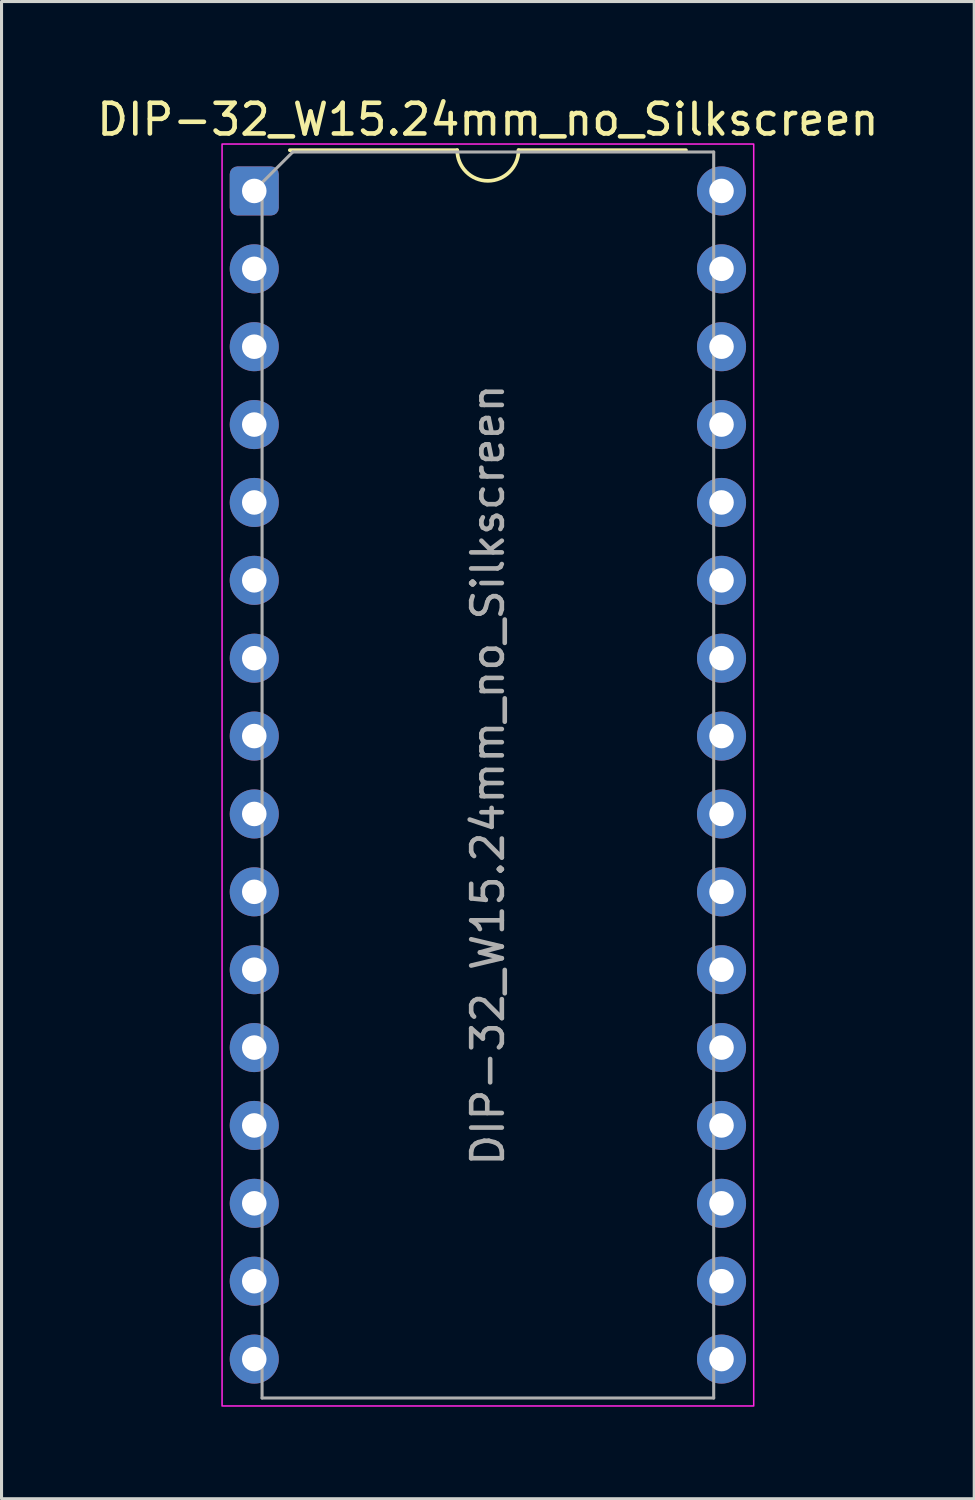
<source format=kicad_pcb>
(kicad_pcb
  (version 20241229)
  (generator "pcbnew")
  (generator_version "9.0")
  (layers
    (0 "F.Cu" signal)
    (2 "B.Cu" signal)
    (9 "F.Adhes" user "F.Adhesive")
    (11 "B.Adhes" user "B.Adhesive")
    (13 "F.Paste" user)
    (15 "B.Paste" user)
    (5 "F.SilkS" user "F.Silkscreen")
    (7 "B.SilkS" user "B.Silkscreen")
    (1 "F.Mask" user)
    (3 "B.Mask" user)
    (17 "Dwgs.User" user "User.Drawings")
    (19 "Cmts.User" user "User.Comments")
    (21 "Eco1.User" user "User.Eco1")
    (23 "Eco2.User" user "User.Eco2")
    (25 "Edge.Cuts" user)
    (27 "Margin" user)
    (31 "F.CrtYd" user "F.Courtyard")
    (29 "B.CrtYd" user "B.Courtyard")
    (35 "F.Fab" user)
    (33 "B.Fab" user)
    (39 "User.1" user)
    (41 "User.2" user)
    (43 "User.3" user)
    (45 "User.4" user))
  (footprint "DIP-32_W15.24mm_no_Silkscreen"
    (layer "F.Cu")
    (at 5.243 3.178)
    (property "Reference" "DIP-32_W15.24mm_no_Silkscreen" (at 7.62 -2.33 0) (layer "F.SilkS") (effects (font (size 1 1) (thickness 0.15))))
    (attr through_hole)
    (fp_line (start 6.62 -1.33) (end 1.16 -1.33) (stroke (width 0.12) (type solid)) (layer "F.SilkS"))
    (fp_line (start 14.08 -1.33) (end 8.62 -1.33) (stroke (width 0.12) (type solid)) (layer "F.SilkS"))
    (fp_arc (start 8.62 -1.33) (mid 7.62 -0.33) (end 6.62 -1.33) (stroke (width 0.12) (type solid)) (layer "F.SilkS"))
    (fp_rect (start -1.05 -1.53) (end 16.29 39.63) (stroke (width 0.05) (type solid)) (fill no) (layer "F.CrtYd"))
    (fp_line (start 0.255 -0.27) (end 1.255 -1.27) (stroke (width 0.1) (type solid)) (layer "F.Fab"))
    (fp_line (start 0.255 39.37) (end 0.255 -0.27) (stroke (width 0.1) (type solid)) (layer "F.Fab"))
    (fp_line (start 1.255 -1.27) (end 14.985 -1.27) (stroke (width 0.1) (type solid)) (layer "F.Fab"))
    (fp_line (start 14.985 -1.27) (end 14.985 39.37) (stroke (width 0.1) (type solid)) (layer "F.Fab"))
    (fp_line (start 14.985 39.37) (end 0.255 39.37) (stroke (width 0.1) (type solid)) (layer "F.Fab"))
    (fp_text user "${REFERENCE}" (at 7.62 19.05 90) (layer "F.Fab") (effects (font (size 1 1) (thickness 0.15))))
    (pad "1" thru_hole roundrect (at 0 0) (size 1.6 1.6) (drill 0.8) (layers "*.Cu" "*.Mask") (roundrect_rratio 0.156))
    (pad "2" thru_hole circle (at 0 2.54) (size 1.6 1.6) (drill 0.8) (layers "*.Cu" "*.Mask"))
    (pad "3" thru_hole circle (at 0 5.08) (size 1.6 1.6) (drill 0.8) (layers "*.Cu" "*.Mask"))
    (pad "4" thru_hole circle (at 0 7.62) (size 1.6 1.6) (drill 0.8) (layers "*.Cu" "*.Mask"))
    (pad "5" thru_hole circle (at 0 10.16) (size 1.6 1.6) (drill 0.8) (layers "*.Cu" "*.Mask"))
    (pad "6" thru_hole circle (at 0 12.7) (size 1.6 1.6) (drill 0.8) (layers "*.Cu" "*.Mask"))
    (pad "7" thru_hole circle (at 0 15.24) (size 1.6 1.6) (drill 0.8) (layers "*.Cu" "*.Mask"))
    (pad "8" thru_hole circle (at 0 17.78) (size 1.6 1.6) (drill 0.8) (layers "*.Cu" "*.Mask"))
    (pad "9" thru_hole circle (at 0 20.32) (size 1.6 1.6) (drill 0.8) (layers "*.Cu" "*.Mask"))
    (pad "10" thru_hole circle (at 0 22.86) (size 1.6 1.6) (drill 0.8) (layers "*.Cu" "*.Mask"))
    (pad "11" thru_hole circle (at 0 25.4) (size 1.6 1.6) (drill 0.8) (layers "*.Cu" "*.Mask"))
    (pad "12" thru_hole circle (at 0 27.94) (size 1.6 1.6) (drill 0.8) (layers "*.Cu" "*.Mask"))
    (pad "13" thru_hole circle (at 0 30.48) (size 1.6 1.6) (drill 0.8) (layers "*.Cu" "*.Mask"))
    (pad "14" thru_hole circle (at 0 33.02) (size 1.6 1.6) (drill 0.8) (layers "*.Cu" "*.Mask"))
    (pad "15" thru_hole circle (at 0 35.56) (size 1.6 1.6) (drill 0.8) (layers "*.Cu" "*.Mask"))
    (pad "16" thru_hole circle (at 0 38.1) (size 1.6 1.6) (drill 0.8) (layers "*.Cu" "*.Mask"))
    (pad "17" thru_hole circle (at 15.24 38.1) (size 1.6 1.6) (drill 0.8) (layers "*.Cu" "*.Mask"))
    (pad "18" thru_hole circle (at 15.24 35.56) (size 1.6 1.6) (drill 0.8) (layers "*.Cu" "*.Mask"))
    (pad "19" thru_hole circle (at 15.24 33.02) (size 1.6 1.6) (drill 0.8) (layers "*.Cu" "*.Mask"))
    (pad "20" thru_hole circle (at 15.24 30.48) (size 1.6 1.6) (drill 0.8) (layers "*.Cu" "*.Mask"))
    (pad "21" thru_hole circle (at 15.24 27.94) (size 1.6 1.6) (drill 0.8) (layers "*.Cu" "*.Mask"))
    (pad "22" thru_hole circle (at 15.24 25.4) (size 1.6 1.6) (drill 0.8) (layers "*.Cu" "*.Mask"))
    (pad "23" thru_hole circle (at 15.24 22.86) (size 1.6 1.6) (drill 0.8) (layers "*.Cu" "*.Mask"))
    (pad "24" thru_hole circle (at 15.24 20.32) (size 1.6 1.6) (drill 0.8) (layers "*.Cu" "*.Mask"))
    (pad "25" thru_hole circle (at 15.24 17.78) (size 1.6 1.6) (drill 0.8) (layers "*.Cu" "*.Mask"))
    (pad "26" thru_hole circle (at 15.24 15.24) (size 1.6 1.6) (drill 0.8) (layers "*.Cu" "*.Mask"))
    (pad "27" thru_hole circle (at 15.24 12.7) (size 1.6 1.6) (drill 0.8) (layers "*.Cu" "*.Mask"))
    (pad "28" thru_hole circle (at 15.24 10.16) (size 1.6 1.6) (drill 0.8) (layers "*.Cu" "*.Mask"))
    (pad "29" thru_hole circle (at 15.24 7.62) (size 1.6 1.6) (drill 0.8) (layers "*.Cu" "*.Mask"))
    (pad "30" thru_hole circle (at 15.24 5.08) (size 1.6 1.6) (drill 0.8) (layers "*.Cu" "*.Mask"))
    (pad "31" thru_hole circle (at 15.24 2.54) (size 1.6 1.6) (drill 0.8) (layers "*.Cu" "*.Mask"))
    (pad "32" thru_hole circle (at 15.24 0) (size 1.6 1.6) (drill 0.8) (layers "*.Cu" "*.Mask")))
  (gr_rect
    (start -3 -3)
    (end 28.726 45.833)
    (stroke (width 0.1) (type default))
    (fill no)
    (layer "Edge.Cuts")))
</source>
